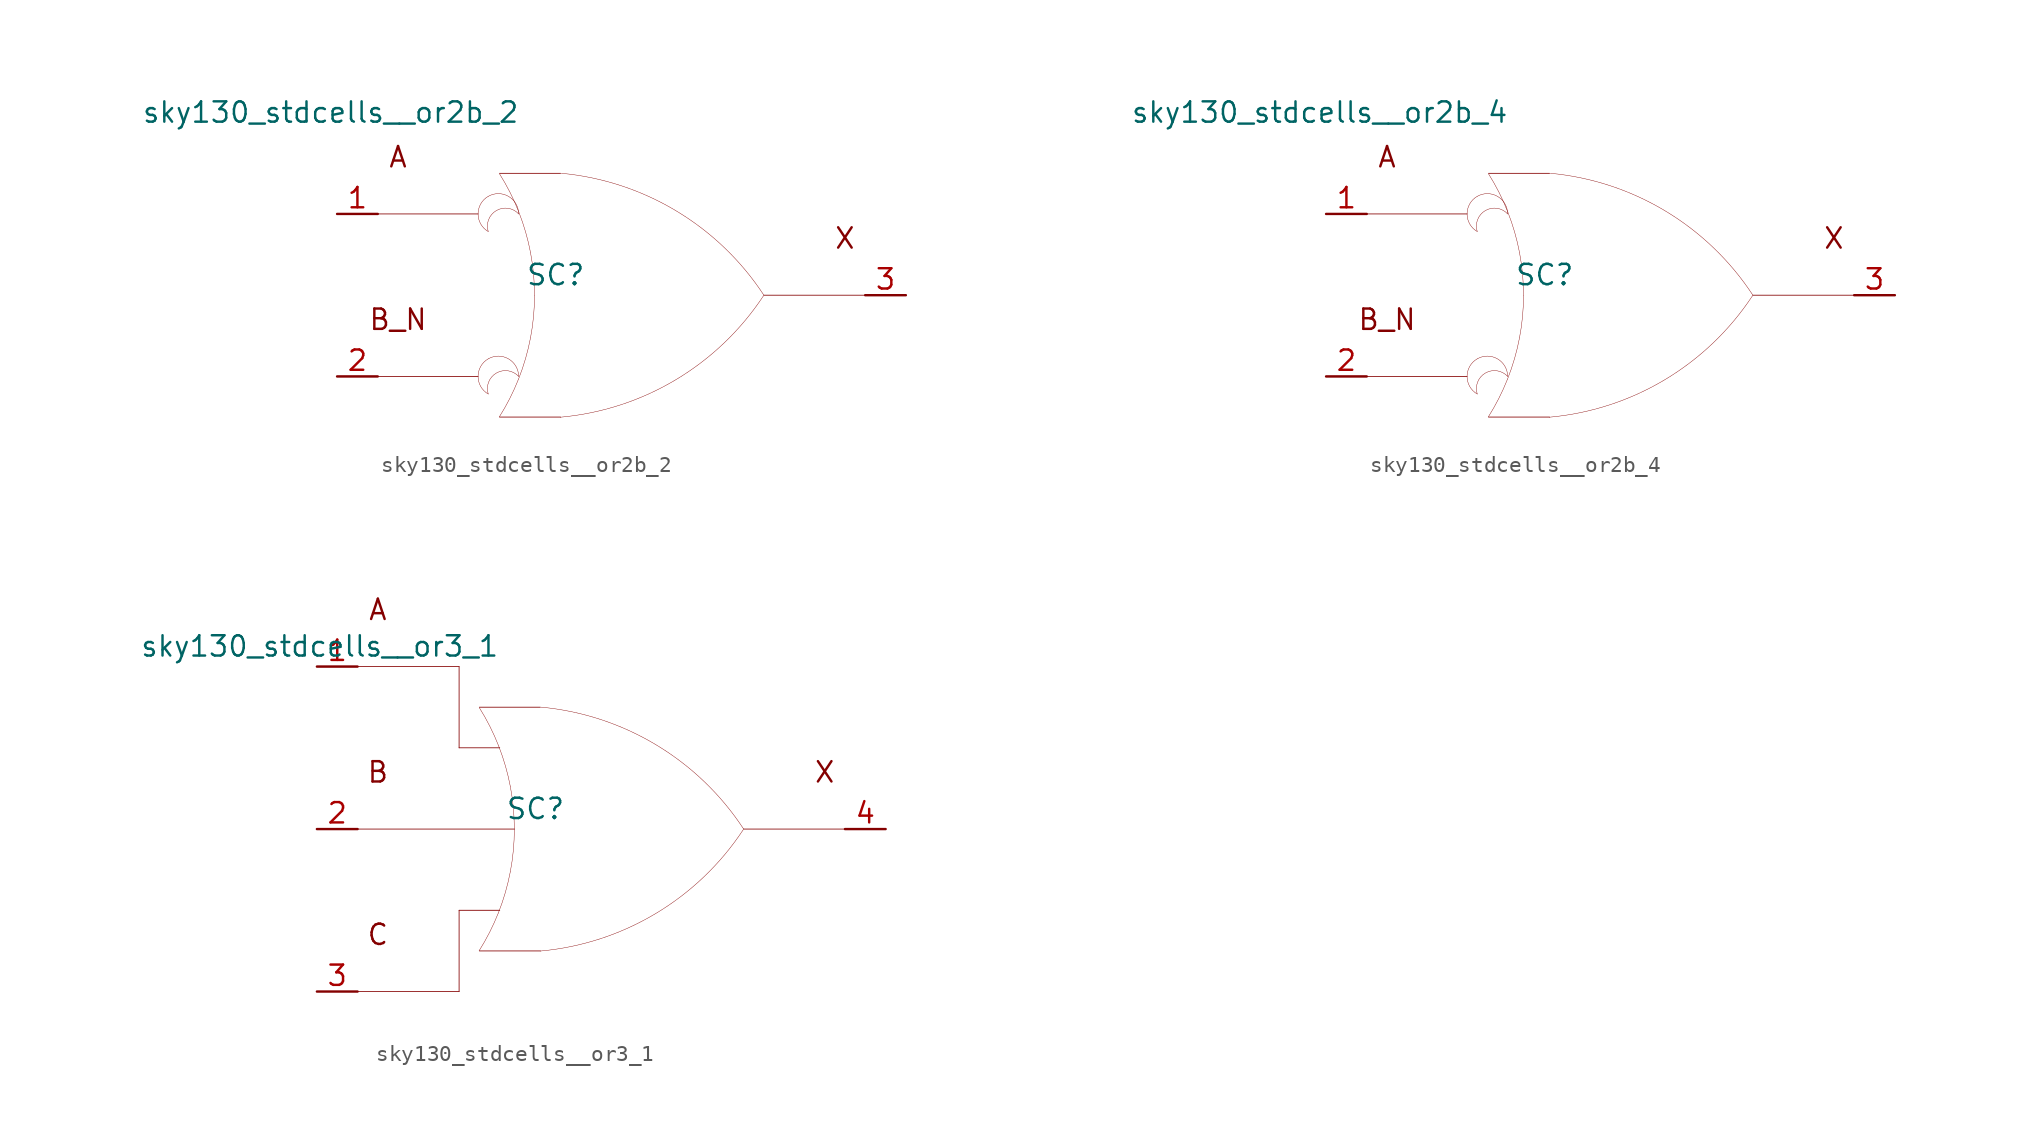
<source format=kicad_sym>
(kicad_symbol_lib
  (version 20211014)
  (generator kicad_symbol_editor)
  (symbol "sky130_stdcells__or2b_2"
    (pin_names hide)
    (property "Reference" "SC"
      (at -4.115 1.27 0)
      (effects (font (size 1.27 1.27))))
    (property "Value" "sky130_stdcells__or2b_2"
      (at -6.35 11.43 0)
      (effects (font (size 1.27 1.27)) (justify right)))
    (symbol "sky130_stdcells__or2b_2_0_0"
      (arc (start -8.3312 -3.9801) (mid -8.9662 -5.08) (end -8.3312 -6.1799) (stroke (width 0.0254) (type default) (color 0 0 0 0)) (fill (type none)))
      (arc (start -8.3312 6.1799) (mid -8.9662 5.08) (end -8.3312 3.9801) (stroke (width 0.0254) (type default) (color 0 0 0 0)) (fill (type none)))
      (arc (start -7.6405 -7.6142) (mid -6.983 -6.458) (end -6.4362 -5.2456) (stroke (width 0.0254) (type default) (color 0 0 0 0)) (fill (type none)))
      (arc (start -6.4362 -5.2456) (mid -6.0013 -3.9755) (end -5.688 -2.6701) (stroke (width 0.0254) (type default) (color 0 0 0 0)) (fill (type none)))
      (arc (start -6.4262 -5.08) (mid -8.2831 -4.6057) (end -8.3312 -6.1799) (stroke (width 0.0254) (type default) (color 0 0 0 0)) (fill (type none)))
      (arc (start -6.4262 -5.08) (mid -7.0612 -3.9802) (end -8.3312 -3.9801) (stroke (width 0.0254) (type default) (color 0 0 0 0)) (fill (type none)))
      (arc (start -6.4262 5.08) (mid -8.2831 5.5543) (end -8.3312 3.9801) (stroke (width 0.0254) (type default) (color 0 0 0 0)) (fill (type none)))
      (arc (start -6.4262 5.08) (mid -7.0612 6.1798) (end -8.3312 6.1799) (stroke (width 0.0254) (type default) (color 0 0 0 0)) (fill (type none)))
      (arc (start -6.418 5.1993) (mid -6.9662 6.4248) (end -7.6273 7.5932) (stroke (width 0.0254) (type default) (color 0 0 0 0)) (fill (type none)))
      (arc (start -5.688 -2.6701) (mid -5.4988 -1.341) (end -5.4356 0) (stroke (width 0.0254) (type default) (color 0 0 0 0)) (fill (type none)))
      (arc (start -5.6834 2.6456) (mid -5.9911 3.9396) (end -6.418 5.1993) (stroke (width 0.0254) (type default) (color 0 0 0 0)) (fill (type none)))
      (arc (start -5.4356 0) (mid -5.4977 1.3286) (end -5.6834 2.6456) (stroke (width 0.0254) (type default) (color 0 0 0 0)) (fill (type none)))
      (arc (start -3.8212 -7.6288) (mid 3.3927 -5.2884) (end 8.8734 -0.0463) (stroke (width 0.0254) (type default) (color 0 0 0 0)) (fill (type none)))
      (polyline (pts (xy -15.24 -5.08) (xy -8.966 -5.08)) (stroke (width 0.051) (type default) (color 0 0 0 0)) (fill (type none)))
      (polyline (pts (xy -15.24 5.08) (xy -8.966 5.08)) (stroke (width 0.051) (type default) (color 0 0 0 0)) (fill (type none)))
      (polyline (pts (xy -7.62 -7.62) (xy -3.81 -7.62)) (stroke (width 0.051) (type default) (color 0 0 0 0)) (fill (type none)))
      (polyline (pts (xy -7.62 7.62) (xy -3.81 7.62)) (stroke (width 0.051) (type default) (color 0 0 0 0)) (fill (type none)))
      (polyline (pts (xy 8.89 0) (xy 15.24 0)) (stroke (width 0.051) (type default) (color 0 0 0 0)) (fill (type none)))
      (arc (start 8.9061 -0.0034) (mid 3.4437 5.2578) (end -3.762 7.6234) (stroke (width 0.0254) (type default) (color 0 0 0 0)) (fill (type none)))
      (text "A" (at -13.97 8.636 0) (effects (font (size 1.27 1.27))))
      (text "B_N" (at -13.97 -1.524 0) (effects (font (size 1.27 1.27))))
      (text "X" (at 13.97 3.556 0) (effects (font (size 1.27 1.27)))))
    (symbol "sky130_stdcells__or2b_2_1_1"
      (pin input line (at -17.78 5.08 0) (length 2.54) (name "A" (effects (font (size 1.092 1.092)))) (number "1" (effects (font (size 1.27 1.27)))))
      (pin input line (at -17.78 -5.08 0) (length 2.54) (name "B_N" (effects (font (size 1.092 1.092)))) (number "2" (effects (font (size 1.27 1.27)))))
      (pin output line (at 17.78 0 180) (length 2.54) (name "X" (effects (font (size 1.092 1.092)))) (number "3" (effects (font (size 1.27 1.27)))))))
  (symbol "sky130_stdcells__or2b_4"
    (pin_names hide)
    (property "Reference" "SC"
      (at -4.115 1.27 0)
      (effects (font (size 1.27 1.27))))
    (property "Value" "sky130_stdcells__or2b_4"
      (at -6.35 11.43 0)
      (effects (font (size 1.27 1.27)) (justify right)))
    (symbol "sky130_stdcells__or2b_4_0_0"
      (arc (start -8.3312 -3.9801) (mid -8.9662 -5.08) (end -8.3312 -6.1799) (stroke (width 0.0254) (type default) (color 0 0 0 0)) (fill (type none)))
      (arc (start -8.3312 6.1799) (mid -8.9662 5.08) (end -8.3312 3.9801) (stroke (width 0.0254) (type default) (color 0 0 0 0)) (fill (type none)))
      (arc (start -7.6405 -7.6142) (mid -6.983 -6.458) (end -6.4362 -5.2456) (stroke (width 0.0254) (type default) (color 0 0 0 0)) (fill (type none)))
      (arc (start -6.4362 -5.2456) (mid -6.0013 -3.9755) (end -5.688 -2.6701) (stroke (width 0.0254) (type default) (color 0 0 0 0)) (fill (type none)))
      (arc (start -6.4262 -5.08) (mid -8.2831 -4.6057) (end -8.3312 -6.1799) (stroke (width 0.0254) (type default) (color 0 0 0 0)) (fill (type none)))
      (arc (start -6.4262 -5.08) (mid -7.0612 -3.9802) (end -8.3312 -3.9801) (stroke (width 0.0254) (type default) (color 0 0 0 0)) (fill (type none)))
      (arc (start -6.4262 5.08) (mid -8.2831 5.5543) (end -8.3312 3.9801) (stroke (width 0.0254) (type default) (color 0 0 0 0)) (fill (type none)))
      (arc (start -6.4262 5.08) (mid -7.0612 6.1798) (end -8.3312 6.1799) (stroke (width 0.0254) (type default) (color 0 0 0 0)) (fill (type none)))
      (arc (start -6.418 5.1993) (mid -6.9662 6.4248) (end -7.6273 7.5932) (stroke (width 0.0254) (type default) (color 0 0 0 0)) (fill (type none)))
      (arc (start -5.688 -2.6701) (mid -5.4988 -1.341) (end -5.4356 0) (stroke (width 0.0254) (type default) (color 0 0 0 0)) (fill (type none)))
      (arc (start -5.6834 2.6456) (mid -5.9911 3.9396) (end -6.418 5.1993) (stroke (width 0.0254) (type default) (color 0 0 0 0)) (fill (type none)))
      (arc (start -5.4356 0) (mid -5.4977 1.3286) (end -5.6834 2.6456) (stroke (width 0.0254) (type default) (color 0 0 0 0)) (fill (type none)))
      (arc (start -3.8212 -7.6288) (mid 3.3927 -5.2884) (end 8.8734 -0.0463) (stroke (width 0.0254) (type default) (color 0 0 0 0)) (fill (type none)))
      (polyline (pts (xy -15.24 -5.08) (xy -8.966 -5.08)) (stroke (width 0.051) (type default) (color 0 0 0 0)) (fill (type none)))
      (polyline (pts (xy -15.24 5.08) (xy -8.966 5.08)) (stroke (width 0.051) (type default) (color 0 0 0 0)) (fill (type none)))
      (polyline (pts (xy -7.62 -7.62) (xy -3.81 -7.62)) (stroke (width 0.051) (type default) (color 0 0 0 0)) (fill (type none)))
      (polyline (pts (xy -7.62 7.62) (xy -3.81 7.62)) (stroke (width 0.051) (type default) (color 0 0 0 0)) (fill (type none)))
      (polyline (pts (xy 8.89 0) (xy 15.24 0)) (stroke (width 0.051) (type default) (color 0 0 0 0)) (fill (type none)))
      (arc (start 8.9061 -0.0034) (mid 3.4437 5.2578) (end -3.762 7.6234) (stroke (width 0.0254) (type default) (color 0 0 0 0)) (fill (type none)))
      (text "A" (at -13.97 8.636 0) (effects (font (size 1.27 1.27))))
      (text "B_N" (at -13.97 -1.524 0) (effects (font (size 1.27 1.27))))
      (text "X" (at 13.97 3.556 0) (effects (font (size 1.27 1.27)))))
    (symbol "sky130_stdcells__or2b_4_1_1"
      (pin input line (at -17.78 5.08 0) (length 2.54) (name "A" (effects (font (size 1.092 1.092)))) (number "1" (effects (font (size 1.27 1.27)))))
      (pin input line (at -17.78 -5.08 0) (length 2.54) (name "B_N" (effects (font (size 1.092 1.092)))) (number "2" (effects (font (size 1.27 1.27)))))
      (pin output line (at 17.78 0 180) (length 2.54) (name "X" (effects (font (size 1.092 1.092)))) (number "3" (effects (font (size 1.27 1.27)))))))
  (symbol "sky130_stdcells__or3_1"
    (pin_names hide)
    (property "Reference" "SC"
      (at -4.115 1.27 0)
      (effects (font (size 1.27 1.27))))
    (property "Value" "sky130_stdcells__or3_1"
      (at -6.35 11.43 0)
      (effects (font (size 1.27 1.27)) (justify right)))
    (symbol "sky130_stdcells__or3_1_0_0"
      (arc (start -7.6405 -7.6142) (mid -6.983 -6.458) (end -6.4362 -5.2456) (stroke (width 0.0254) (type default) (color 0 0 0 0)) (fill (type none)))
      (arc (start -6.4362 -5.2456) (mid -6.0013 -3.9755) (end -5.688 -2.6701) (stroke (width 0.0254) (type default) (color 0 0 0 0)) (fill (type none)))
      (arc (start -6.418 5.1993) (mid -6.9662 6.4248) (end -7.6273 7.5932) (stroke (width 0.0254) (type default) (color 0 0 0 0)) (fill (type none)))
      (arc (start -5.688 -2.6701) (mid -5.4988 -1.341) (end -5.4356 0) (stroke (width 0.0254) (type default) (color 0 0 0 0)) (fill (type none)))
      (arc (start -5.6834 2.6456) (mid -5.9911 3.9396) (end -6.418 5.1993) (stroke (width 0.0254) (type default) (color 0 0 0 0)) (fill (type none)))
      (arc (start -5.4356 0) (mid -5.4977 1.3286) (end -5.6834 2.6456) (stroke (width 0.0254) (type default) (color 0 0 0 0)) (fill (type none)))
      (arc (start -3.8212 -7.6288) (mid 3.3927 -5.2884) (end 8.8734 -0.0463) (stroke (width 0.0254) (type default) (color 0 0 0 0)) (fill (type none)))
      (polyline (pts (xy -15.24 -10.16) (xy -8.89 -10.16)) (stroke (width 0.051) (type default) (color 0 0 0 0)) (fill (type none)))
      (polyline (pts (xy -15.24 0) (xy -5.436 0)) (stroke (width 0.051) (type default) (color 0 0 0 0)) (fill (type none)))
      (polyline (pts (xy -15.24 10.16) (xy -8.89 10.16)) (stroke (width 0.051) (type default) (color 0 0 0 0)) (fill (type none)))
      (polyline (pts (xy -8.89 -5.08) (xy -8.89 -10.16)) (stroke (width 0.051) (type default) (color 0 0 0 0)) (fill (type none)))
      (polyline (pts (xy -8.89 -5.08) (xy -6.35 -5.08)) (stroke (width 0.051) (type default) (color 0 0 0 0)) (fill (type none)))
      (polyline (pts (xy -8.89 5.08) (xy -6.35 5.08)) (stroke (width 0.051) (type default) (color 0 0 0 0)) (fill (type none)))
      (polyline (pts (xy -8.89 10.16) (xy -8.89 5.08)) (stroke (width 0.051) (type default) (color 0 0 0 0)) (fill (type none)))
      (polyline (pts (xy -7.62 -7.62) (xy -3.81 -7.62)) (stroke (width 0.051) (type default) (color 0 0 0 0)) (fill (type none)))
      (polyline (pts (xy -7.62 7.62) (xy -3.81 7.62)) (stroke (width 0.051) (type default) (color 0 0 0 0)) (fill (type none)))
      (polyline (pts (xy 8.89 0) (xy 15.24 0)) (stroke (width 0.051) (type default) (color 0 0 0 0)) (fill (type none)))
      (arc (start 8.9061 -0.0034) (mid 3.4437 5.2578) (end -3.762 7.6234) (stroke (width 0.0254) (type default) (color 0 0 0 0)) (fill (type none)))
      (text "A" (at -13.97 13.716 0) (effects (font (size 1.27 1.27))))
      (text "B" (at -13.97 3.556 0) (effects (font (size 1.27 1.27))))
      (text "C" (at -13.97 -6.604 0) (effects (font (size 1.27 1.27))))
      (text "X" (at 13.97 3.556 0) (effects (font (size 1.27 1.27)))))
    (symbol "sky130_stdcells__or3_1_1_1"
      (pin input line (at -17.78 10.16 0) (length 2.54) (name "A" (effects (font (size 1.092 1.092)))) (number "1" (effects (font (size 1.27 1.27)))))
      (pin input line (at -17.78 0 0) (length 2.54) (name "B" (effects (font (size 1.092 1.092)))) (number "2" (effects (font (size 1.27 1.27)))))
      (pin input line (at -17.78 -10.16 0) (length 2.54) (name "C" (effects (font (size 1.092 1.092)))) (number "3" (effects (font (size 1.27 1.27)))))
      (pin output line (at 17.78 0 180) (length 2.54) (name "X" (effects (font (size 1.092 1.092)))) (number "4" (effects (font (size 1.27 1.27))))))))
</source>
